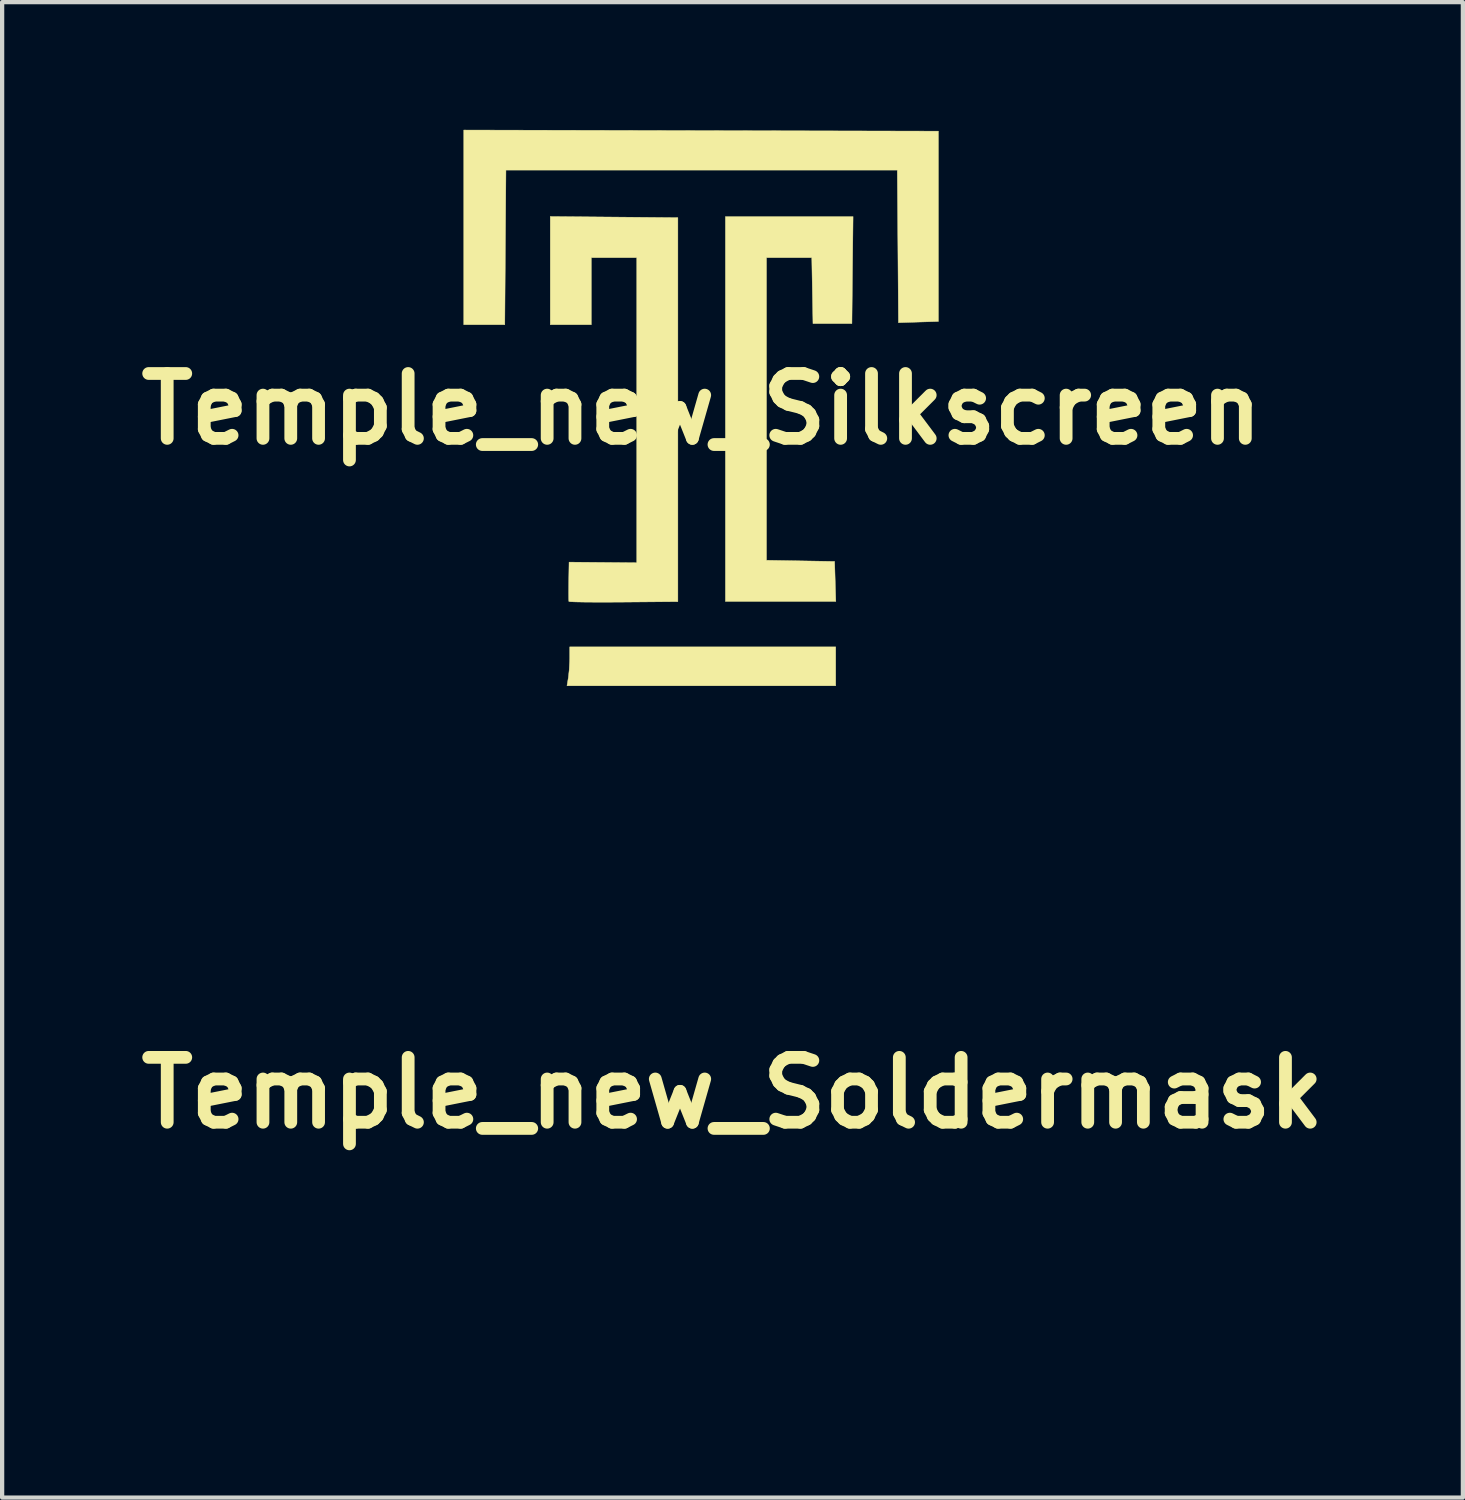
<source format=kicad_pcb>
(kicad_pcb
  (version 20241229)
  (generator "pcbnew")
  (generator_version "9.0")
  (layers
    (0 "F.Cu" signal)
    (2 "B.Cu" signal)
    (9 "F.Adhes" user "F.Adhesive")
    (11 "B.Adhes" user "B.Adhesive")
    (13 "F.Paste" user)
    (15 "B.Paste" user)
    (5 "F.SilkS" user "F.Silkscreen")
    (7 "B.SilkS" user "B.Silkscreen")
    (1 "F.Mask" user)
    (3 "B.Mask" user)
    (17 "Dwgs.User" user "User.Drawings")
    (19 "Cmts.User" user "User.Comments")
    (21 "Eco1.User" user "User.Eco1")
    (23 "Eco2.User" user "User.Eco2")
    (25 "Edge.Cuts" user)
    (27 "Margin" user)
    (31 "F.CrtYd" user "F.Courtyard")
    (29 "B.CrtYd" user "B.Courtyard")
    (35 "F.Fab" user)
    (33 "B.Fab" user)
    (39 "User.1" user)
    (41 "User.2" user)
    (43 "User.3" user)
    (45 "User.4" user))
  (footprint "Temple_new_Soldermask"
    (layer "F.Cu")
    (at 14.159 22.625)
    (property "Reference" "Temple_new_Soldermask" (at 0 0 0) (layer "F.SilkS") (effects (font (size 1.524 1.524) (thickness 0.3))))
    (attr through_hole)
    (fp_poly (pts (xy 3.15 6.502) (xy -3.163 6.502) (xy -3.131 6.312) (xy -3.112 6.143) (xy -3.101 5.939) (xy -3.099 5.855) (xy -3.099 5.588) (xy 3.15 5.588) (xy 3.15 6.502)) (stroke (width 0.01) (type solid)) (fill yes) (layer "F.Mask"))
    (fp_poly (pts (xy 5.563 -6.528) (xy 5.563 -2.057) (xy 5.093 -2.043) (xy 4.624 -2.028) (xy 4.611 -3.821) (xy 4.597 -5.613) (xy -4.597 -5.613) (xy -4.624 -1.981) (xy -5.588 -1.981) (xy -5.588 -6.554) (xy 5.563 -6.528)) (stroke (width 0.01) (type solid)) (fill yes) (layer "F.Mask"))
    (fp_poly (pts (xy 3.544 -3.264) (xy 3.531 -2.007) (xy 2.616 -2.007) (xy 2.602 -2.781) (xy 2.588 -3.556) (xy 1.524 -3.556) (xy 1.524 3.553) (xy 3.124 3.581) (xy 3.153 4.521) (xy 0.559 4.521) (xy 0.559 -4.521) (xy 2.058 -4.521) (xy 3.558 -4.521) (xy 3.544 -3.264)) (stroke (width 0.01) (type solid)) (fill yes) (layer "F.Mask"))
    (fp_poly (pts (xy -0.558 -4.496) (xy -0.558 4.525) (xy -1.833 4.536) (xy -2.182 4.538) (xy -2.495 4.538) (xy -2.759 4.536) (xy -2.96 4.532) (xy -3.084 4.527) (xy -3.119 4.521) (xy -3.123 4.462) (xy -3.124 4.326) (xy -3.123 4.138) (xy -3.122 4.046) (xy -3.114 3.597) (xy -2.319 3.604) (xy -1.524 3.611) (xy -1.524 -3.556) (xy -2.591 -3.556) (xy -2.591 -1.981) (xy -3.556 -1.981) (xy -3.556 -4.523) (xy -0.558 -4.496)) (stroke (width 0.01) (type solid)) (fill yes) (layer "F.Mask")))
  (footprint "Temple_new_Silkscreen"
    (layer "F.Cu")
    (at 13.433 6.559)
    (property "Reference" "Temple_new_Silkscreen" (at 0 0 0) (layer "F.SilkS") (effects (font (size 1.524 1.524) (thickness 0.3))))
    (attr through_hole)
    (fp_poly (pts (xy 3.15 6.502) (xy -3.163 6.502) (xy -3.131 6.312) (xy -3.112 6.143) (xy -3.101 5.939) (xy -3.099 5.855) (xy -3.099 5.588) (xy 3.15 5.588) (xy 3.15 6.502)) (stroke (width 0.01) (type solid)) (fill yes) (layer "F.SilkS"))
    (fp_poly (pts (xy 5.563 -6.528) (xy 5.563 -2.057) (xy 5.093 -2.043) (xy 4.624 -2.028) (xy 4.611 -3.821) (xy 4.597 -5.613) (xy -4.597 -5.613) (xy -4.624 -1.981) (xy -5.588 -1.981) (xy -5.588 -6.554) (xy 5.563 -6.528)) (stroke (width 0.01) (type solid)) (fill yes) (layer "F.SilkS"))
    (fp_poly (pts (xy 3.544 -3.264) (xy 3.531 -2.007) (xy 2.616 -2.007) (xy 2.602 -2.781) (xy 2.588 -3.556) (xy 1.524 -3.556) (xy 1.524 3.553) (xy 3.124 3.581) (xy 3.153 4.521) (xy 0.559 4.521) (xy 0.559 -4.521) (xy 2.058 -4.521) (xy 3.558 -4.521) (xy 3.544 -3.264)) (stroke (width 0.01) (type solid)) (fill yes) (layer "F.SilkS"))
    (fp_poly (pts (xy -0.558 -4.496) (xy -0.558 4.525) (xy -1.833 4.536) (xy -2.182 4.538) (xy -2.495 4.538) (xy -2.759 4.536) (xy -2.96 4.532) (xy -3.084 4.527) (xy -3.119 4.521) (xy -3.123 4.462) (xy -3.124 4.326) (xy -3.123 4.138) (xy -3.122 4.046) (xy -3.114 3.597) (xy -2.319 3.604) (xy -1.524 3.611) (xy -1.524 -3.556) (xy -2.591 -3.556) (xy -2.591 -1.981) (xy -3.556 -1.981) (xy -3.556 -4.523) (xy -0.558 -4.496)) (stroke (width 0.01) (type solid)) (fill yes) (layer "F.SilkS")))
  (gr_rect
    (start -3 -3)
    (end 31.317 32.132)
    (stroke (width 0.1) (type default))
    (fill no)
    (layer "Edge.Cuts")))
</source>
